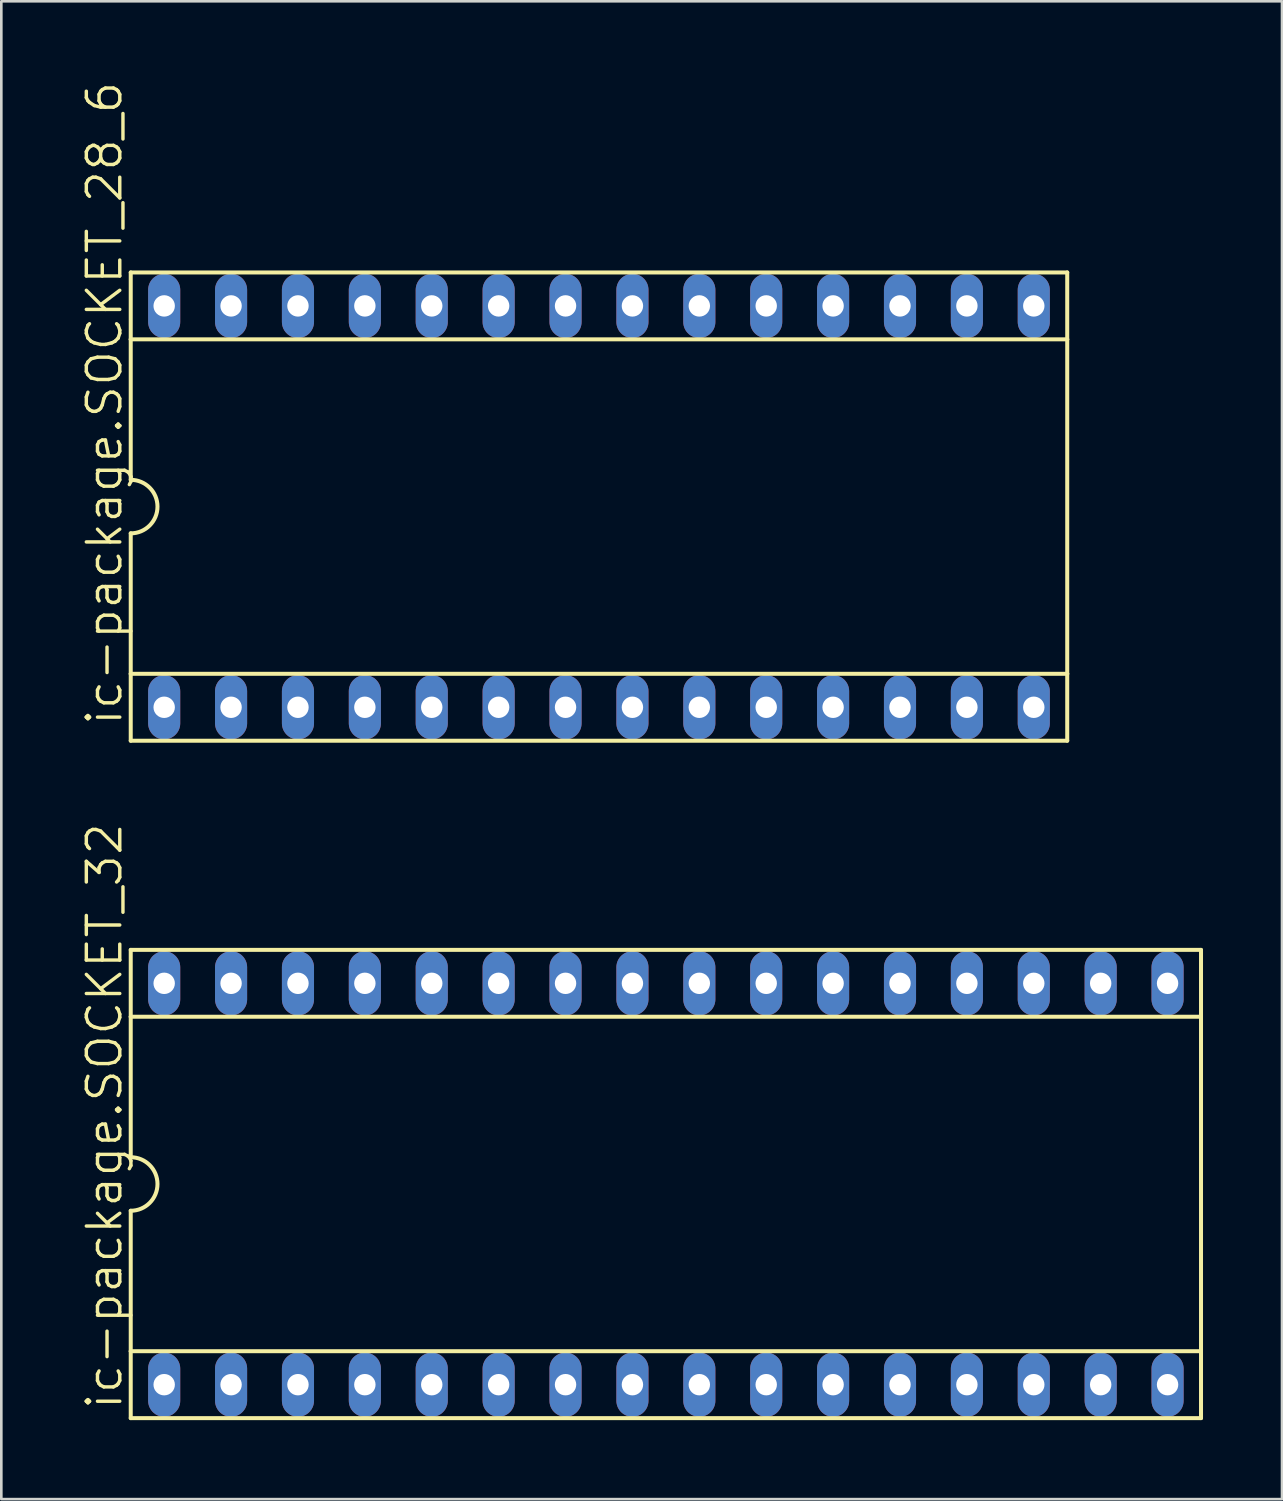
<source format=kicad_pcb>
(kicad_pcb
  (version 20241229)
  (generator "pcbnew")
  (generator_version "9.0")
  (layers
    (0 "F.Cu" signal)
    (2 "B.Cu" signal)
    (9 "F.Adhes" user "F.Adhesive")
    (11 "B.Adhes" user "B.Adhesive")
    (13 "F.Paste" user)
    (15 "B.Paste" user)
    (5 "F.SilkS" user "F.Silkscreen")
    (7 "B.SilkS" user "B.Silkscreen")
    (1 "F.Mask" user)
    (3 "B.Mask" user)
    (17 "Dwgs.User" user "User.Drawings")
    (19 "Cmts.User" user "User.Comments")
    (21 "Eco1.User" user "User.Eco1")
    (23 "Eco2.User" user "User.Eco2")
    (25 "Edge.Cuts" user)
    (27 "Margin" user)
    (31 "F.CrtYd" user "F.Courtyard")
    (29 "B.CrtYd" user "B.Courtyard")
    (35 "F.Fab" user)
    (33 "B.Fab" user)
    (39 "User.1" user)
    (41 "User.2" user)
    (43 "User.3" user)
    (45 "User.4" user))
  (footprint "ic-package.SOCKET_28_6"
    (layer "F.Cu")
    (at 19.694 16.186)
    (property "Reference" "ic-package.SOCKET_28_6" (at -18.034 8.382 90) (layer "F.SilkS") (effects (font (size 1.27 1.27) (thickness 0.13)) (justify left bottom)))
    (attr through_hole)
    (fp_line (start -17.78 -8.89) (end -17.78 -6.35) (stroke (width 0.152) (type default)) (layer "F.SilkS"))
    (fp_line (start -17.78 -6.35) (end -17.78 -1.016) (stroke (width 0.152) (type default)) (layer "F.SilkS"))
    (fp_line (start -17.78 -6.35) (end 17.78 -6.35) (stroke (width 0.152) (type default)) (layer "F.SilkS"))
    (fp_line (start -17.78 6.35) (end -17.78 1.016) (stroke (width 0.152) (type default)) (layer "F.SilkS"))
    (fp_line (start -17.78 6.35) (end 17.78 6.35) (stroke (width 0.152) (type default)) (layer "F.SilkS"))
    (fp_line (start -17.78 8.89) (end -17.78 6.35) (stroke (width 0.152) (type default)) (layer "F.SilkS"))
    (fp_line (start -17.78 8.89) (end 17.78 8.89) (stroke (width 0.152) (type default)) (layer "F.SilkS"))
    (fp_line (start 17.78 -8.89) (end -17.78 -8.89) (stroke (width 0.152) (type default)) (layer "F.SilkS"))
    (fp_line (start 17.78 -8.89) (end 17.78 -6.35) (stroke (width 0.152) (type default)) (layer "F.SilkS"))
    (fp_line (start 17.78 -6.35) (end 17.78 6.35) (stroke (width 0.152) (type default)) (layer "F.SilkS"))
    (fp_line (start 17.78 6.35) (end 17.78 8.89) (stroke (width 0.152) (type default)) (layer "F.SilkS"))
    (fp_arc (start -17.78 -1.016) (mid -16.764 0) (end -17.78 1.016) (stroke (width 0.1524) (type default)) (layer "F.SilkS"))
    (pad "1" thru_hole oval (at -16.51 7.62 90) (size 2.438 1.219) (drill 0.813) (layers "*.Cu" "*.Mask"))
    (pad "2" thru_hole oval (at -13.97 7.62 90) (size 2.438 1.219) (drill 0.813) (layers "*.Cu" "*.Mask"))
    (pad "3" thru_hole oval (at -11.43 7.62 90) (size 2.438 1.219) (drill 0.813) (layers "*.Cu" "*.Mask"))
    (pad "4" thru_hole oval (at -8.89 7.62 90) (size 2.438 1.219) (drill 0.813) (layers "*.Cu" "*.Mask"))
    (pad "5" thru_hole oval (at -6.35 7.62 90) (size 2.438 1.219) (drill 0.813) (layers "*.Cu" "*.Mask"))
    (pad "6" thru_hole oval (at -3.81 7.62 90) (size 2.438 1.219) (drill 0.813) (layers "*.Cu" "*.Mask"))
    (pad "7" thru_hole oval (at -1.27 7.62 90) (size 2.438 1.219) (drill 0.813) (layers "*.Cu" "*.Mask"))
    (pad "8" thru_hole oval (at 1.27 7.62 90) (size 2.438 1.219) (drill 0.813) (layers "*.Cu" "*.Mask"))
    (pad "9" thru_hole oval (at 3.81 7.62 90) (size 2.438 1.219) (drill 0.813) (layers "*.Cu" "*.Mask"))
    (pad "10" thru_hole oval (at 6.35 7.62 90) (size 2.438 1.219) (drill 0.813) (layers "*.Cu" "*.Mask"))
    (pad "11" thru_hole oval (at 8.89 7.62 90) (size 2.438 1.219) (drill 0.813) (layers "*.Cu" "*.Mask"))
    (pad "12" thru_hole oval (at 11.43 7.62 90) (size 2.438 1.219) (drill 0.813) (layers "*.Cu" "*.Mask"))
    (pad "13" thru_hole oval (at 13.97 7.62 90) (size 2.438 1.219) (drill 0.813) (layers "*.Cu" "*.Mask"))
    (pad "14" thru_hole oval (at 16.51 7.62 90) (size 2.438 1.219) (drill 0.813) (layers "*.Cu" "*.Mask"))
    (pad "15" thru_hole oval (at 16.51 -7.62 90) (size 2.438 1.219) (drill 0.813) (layers "*.Cu" "*.Mask"))
    (pad "16" thru_hole oval (at 13.97 -7.62 90) (size 2.438 1.219) (drill 0.813) (layers "*.Cu" "*.Mask"))
    (pad "17" thru_hole oval (at 11.43 -7.62 90) (size 2.438 1.219) (drill 0.813) (layers "*.Cu" "*.Mask"))
    (pad "18" thru_hole oval (at 8.89 -7.62 90) (size 2.438 1.219) (drill 0.813) (layers "*.Cu" "*.Mask"))
    (pad "19" thru_hole oval (at 6.35 -7.62 90) (size 2.438 1.219) (drill 0.813) (layers "*.Cu" "*.Mask"))
    (pad "20" thru_hole oval (at 3.81 -7.62 90) (size 2.438 1.219) (drill 0.813) (layers "*.Cu" "*.Mask"))
    (pad "21" thru_hole oval (at 1.27 -7.62 90) (size 2.438 1.219) (drill 0.813) (layers "*.Cu" "*.Mask"))
    (pad "22" thru_hole oval (at -1.27 -7.62 90) (size 2.438 1.219) (drill 0.813) (layers "*.Cu" "*.Mask"))
    (pad "23" thru_hole oval (at -3.81 -7.62 90) (size 2.438 1.219) (drill 0.813) (layers "*.Cu" "*.Mask"))
    (pad "24" thru_hole oval (at -6.35 -7.62 90) (size 2.438 1.219) (drill 0.813) (layers "*.Cu" "*.Mask"))
    (pad "25" thru_hole oval (at -8.89 -7.62 90) (size 2.438 1.219) (drill 0.813) (layers "*.Cu" "*.Mask"))
    (pad "26" thru_hole oval (at -11.43 -7.62 90) (size 2.438 1.219) (drill 0.813) (layers "*.Cu" "*.Mask"))
    (pad "27" thru_hole oval (at -13.97 -7.62 90) (size 2.438 1.219) (drill 0.813) (layers "*.Cu" "*.Mask"))
    (pad "28" thru_hole oval (at -16.51 -7.62 90) (size 2.438 1.219) (drill 0.813) (layers "*.Cu" "*.Mask")))
  (footprint "ic-package.SOCKET_32"
    (layer "F.Cu")
    (at 22.234 41.908)
    (property "Reference" "ic-package.SOCKET_32" (at -20.574 8.636 90) (layer "F.SilkS") (effects (font (size 1.27 1.27) (thickness 0.13)) (justify left bottom)))
    (attr through_hole)
    (fp_line (start -20.32 -8.89) (end -20.32 -6.35) (stroke (width 0.152) (type default)) (layer "F.SilkS"))
    (fp_line (start -20.32 -6.35) (end -20.32 -1.016) (stroke (width 0.152) (type default)) (layer "F.SilkS"))
    (fp_line (start -20.32 -6.35) (end 20.32 -6.35) (stroke (width 0.152) (type default)) (layer "F.SilkS"))
    (fp_line (start -20.32 6.35) (end -20.32 1.016) (stroke (width 0.152) (type default)) (layer "F.SilkS"))
    (fp_line (start -20.32 6.35) (end 20.32 6.35) (stroke (width 0.152) (type default)) (layer "F.SilkS"))
    (fp_line (start -20.32 8.89) (end -20.32 6.35) (stroke (width 0.152) (type default)) (layer "F.SilkS"))
    (fp_line (start -20.32 8.89) (end 20.32 8.89) (stroke (width 0.152) (type default)) (layer "F.SilkS"))
    (fp_line (start 20.32 -8.89) (end -20.32 -8.89) (stroke (width 0.152) (type default)) (layer "F.SilkS"))
    (fp_line (start 20.32 -8.89) (end 20.32 -6.35) (stroke (width 0.152) (type default)) (layer "F.SilkS"))
    (fp_line (start 20.32 -6.35) (end 20.32 6.35) (stroke (width 0.152) (type default)) (layer "F.SilkS"))
    (fp_line (start 20.32 6.35) (end 20.32 8.89) (stroke (width 0.152) (type default)) (layer "F.SilkS"))
    (fp_arc (start -20.32 -1.016) (mid -19.304 0) (end -20.32 1.016) (stroke (width 0.1524) (type default)) (layer "F.SilkS"))
    (pad "1" thru_hole oval (at -19.05 7.62 90) (size 2.438 1.219) (drill 0.813) (layers "*.Cu" "*.Mask"))
    (pad "2" thru_hole oval (at -16.51 7.62 90) (size 2.438 1.219) (drill 0.813) (layers "*.Cu" "*.Mask"))
    (pad "3" thru_hole oval (at -13.97 7.62 90) (size 2.438 1.219) (drill 0.813) (layers "*.Cu" "*.Mask"))
    (pad "4" thru_hole oval (at -11.43 7.62 90) (size 2.438 1.219) (drill 0.813) (layers "*.Cu" "*.Mask"))
    (pad "5" thru_hole oval (at -8.89 7.62 90) (size 2.438 1.219) (drill 0.813) (layers "*.Cu" "*.Mask"))
    (pad "6" thru_hole oval (at -6.35 7.62 90) (size 2.438 1.219) (drill 0.813) (layers "*.Cu" "*.Mask"))
    (pad "7" thru_hole oval (at -3.81 7.62 90) (size 2.438 1.219) (drill 0.813) (layers "*.Cu" "*.Mask"))
    (pad "8" thru_hole oval (at -1.27 7.62 90) (size 2.438 1.219) (drill 0.813) (layers "*.Cu" "*.Mask"))
    (pad "9" thru_hole oval (at 1.27 7.62 90) (size 2.438 1.219) (drill 0.813) (layers "*.Cu" "*.Mask"))
    (pad "10" thru_hole oval (at 3.81 7.62 90) (size 2.438 1.219) (drill 0.813) (layers "*.Cu" "*.Mask"))
    (pad "11" thru_hole oval (at 6.35 7.62 90) (size 2.438 1.219) (drill 0.813) (layers "*.Cu" "*.Mask"))
    (pad "12" thru_hole oval (at 8.89 7.62 90) (size 2.438 1.219) (drill 0.813) (layers "*.Cu" "*.Mask"))
    (pad "13" thru_hole oval (at 11.43 7.62 90) (size 2.438 1.219) (drill 0.813) (layers "*.Cu" "*.Mask"))
    (pad "14" thru_hole oval (at 13.97 7.62 90) (size 2.438 1.219) (drill 0.813) (layers "*.Cu" "*.Mask"))
    (pad "15" thru_hole oval (at 16.51 7.62 90) (size 2.438 1.219) (drill 0.813) (layers "*.Cu" "*.Mask"))
    (pad "16" thru_hole oval (at 19.05 7.62 90) (size 2.438 1.219) (drill 0.813) (layers "*.Cu" "*.Mask"))
    (pad "17" thru_hole oval (at 19.05 -7.62 90) (size 2.438 1.219) (drill 0.813) (layers "*.Cu" "*.Mask"))
    (pad "18" thru_hole oval (at 16.51 -7.62 90) (size 2.438 1.219) (drill 0.813) (layers "*.Cu" "*.Mask"))
    (pad "19" thru_hole oval (at 13.97 -7.62 90) (size 2.438 1.219) (drill 0.813) (layers "*.Cu" "*.Mask"))
    (pad "20" thru_hole oval (at 11.43 -7.62 90) (size 2.438 1.219) (drill 0.813) (layers "*.Cu" "*.Mask"))
    (pad "21" thru_hole oval (at 8.89 -7.62 90) (size 2.438 1.219) (drill 0.813) (layers "*.Cu" "*.Mask"))
    (pad "22" thru_hole oval (at 6.35 -7.62 90) (size 2.438 1.219) (drill 0.813) (layers "*.Cu" "*.Mask"))
    (pad "23" thru_hole oval (at 3.81 -7.62 90) (size 2.438 1.219) (drill 0.813) (layers "*.Cu" "*.Mask"))
    (pad "24" thru_hole oval (at 1.27 -7.62 90) (size 2.438 1.219) (drill 0.813) (layers "*.Cu" "*.Mask"))
    (pad "25" thru_hole oval (at -1.27 -7.62 90) (size 2.438 1.219) (drill 0.813) (layers "*.Cu" "*.Mask"))
    (pad "26" thru_hole oval (at -3.81 -7.62 90) (size 2.438 1.219) (drill 0.813) (layers "*.Cu" "*.Mask"))
    (pad "27" thru_hole oval (at -6.35 -7.62 90) (size 2.438 1.219) (drill 0.813) (layers "*.Cu" "*.Mask"))
    (pad "28" thru_hole oval (at -8.89 -7.62 90) (size 2.438 1.219) (drill 0.813) (layers "*.Cu" "*.Mask"))
    (pad "29" thru_hole oval (at -11.43 -7.62 90) (size 2.438 1.219) (drill 0.813) (layers "*.Cu" "*.Mask"))
    (pad "30" thru_hole oval (at -13.97 -7.62 90) (size 2.438 1.219) (drill 0.813) (layers "*.Cu" "*.Mask"))
    (pad "31" thru_hole oval (at -16.51 -7.62 90) (size 2.438 1.219) (drill 0.813) (layers "*.Cu" "*.Mask"))
    (pad "32" thru_hole oval (at -19.05 -7.62 90) (size 2.438 1.219) (drill 0.813) (layers "*.Cu" "*.Mask")))
  (gr_rect
    (start -3 -3)
    (end 45.63 53.874)
    (stroke (width 0.1) (type default))
    (fill no)
    (layer "Edge.Cuts")))
</source>
